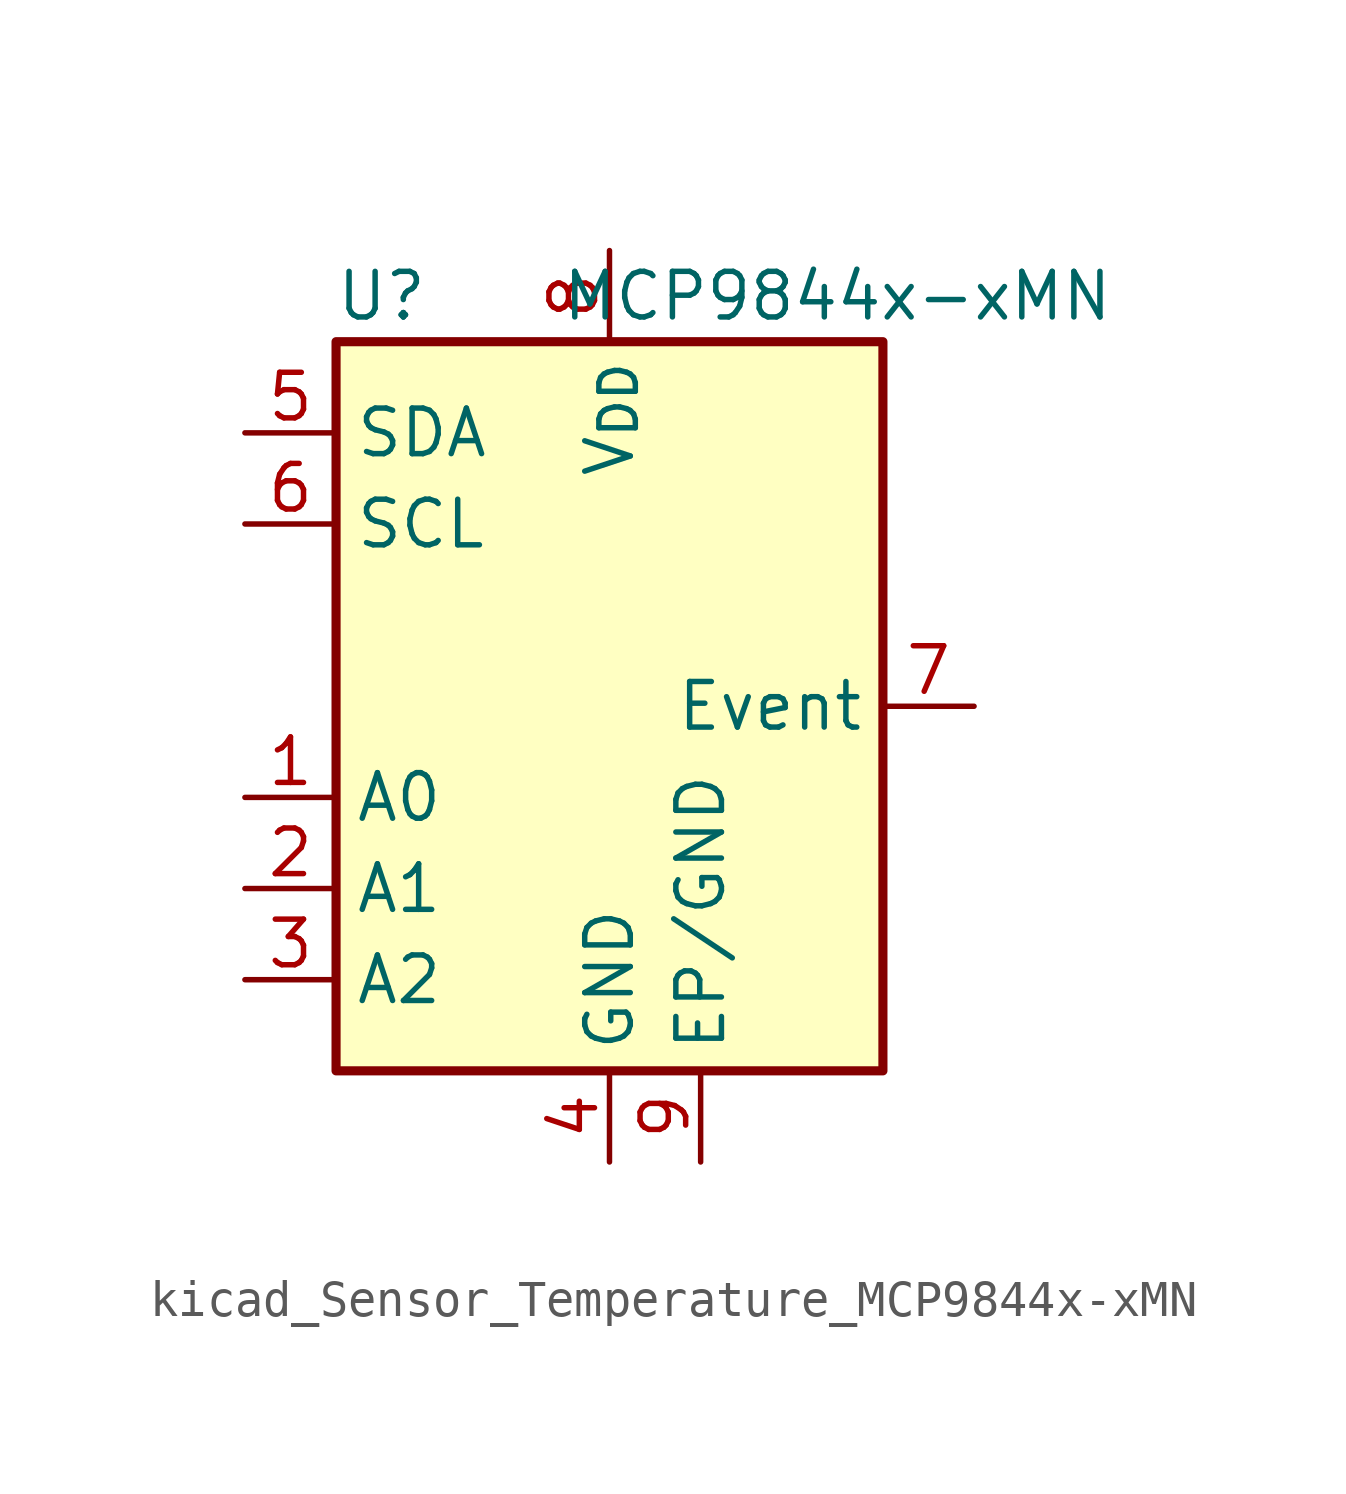
<source format=kicad_sym>
(kicad_symbol_lib
  (version 20220914)
  (generator kicad_symbol_editor)
  (symbol "kicad_Sensor_Temperature_MCP9844x-xMN"
    (property "Reference" "U"
      (at -6.35 11.43 0)
      (effects (font (size 1.27 1.27))))
    (property "Value" "MCP9844x-xMN"
      (at 6.35 11.43 0)
      (effects (font (size 1.27 1.27))))
    (symbol "kicad_Sensor_Temperature_MCP9844x-xMN_0_1"
      (rectangle (start -7.62 10.16) (end 7.62 -10.16) (stroke (width 0.254) (type default)) (fill (type background))))
    (symbol "kicad_Sensor_Temperature_MCP9844x-xMN_1_1"
      (pin input line (at -10.16 -2.54 0) (length 2.54) (name "A0" (effects (font (size 1.27 1.27)))) (number "1" (effects (font (size 1.27 1.27)))))
      (pin input line (at -10.16 -5.08 0) (length 2.54) (name "A1" (effects (font (size 1.27 1.27)))) (number "2" (effects (font (size 1.27 1.27)))))
      (pin input line (at -10.16 -7.62 0) (length 2.54) (name "A2" (effects (font (size 1.27 1.27)))) (number "3" (effects (font (size 1.27 1.27)))))
      (pin power_in line (at 0 -12.7 90) (length 2.54) (name "GND" (effects (font (size 1.27 1.27)))) (number "4" (effects (font (size 1.27 1.27)))))
      (pin bidirectional line (at -10.16 7.62 0) (length 2.54) (name "SDA" (effects (font (size 1.27 1.27)))) (number "5" (effects (font (size 1.27 1.27)))))
      (pin input line (at -10.16 5.08 0) (length 2.54) (name "SCL" (effects (font (size 1.27 1.27)))) (number "6" (effects (font (size 1.27 1.27)))))
      (pin open_collector line (at 10.16 0 180) (length 2.54) (name "Event" (effects (font (size 1.27 1.27)))) (number "7" (effects (font (size 1.27 1.27)))))
      (pin power_in line (at 0 12.7 270) (length 2.54) (name "V_{DD}" (effects (font (size 1.27 1.27)))) (number "8" (effects (font (size 1.27 1.27)))))
      (pin power_in line (at 2.54 -12.7 90) (length 2.54) (name "EP/GND" (effects (font (size 1.27 1.27)))) (number "9" (effects (font (size 1.27 1.27))))))))
</source>
